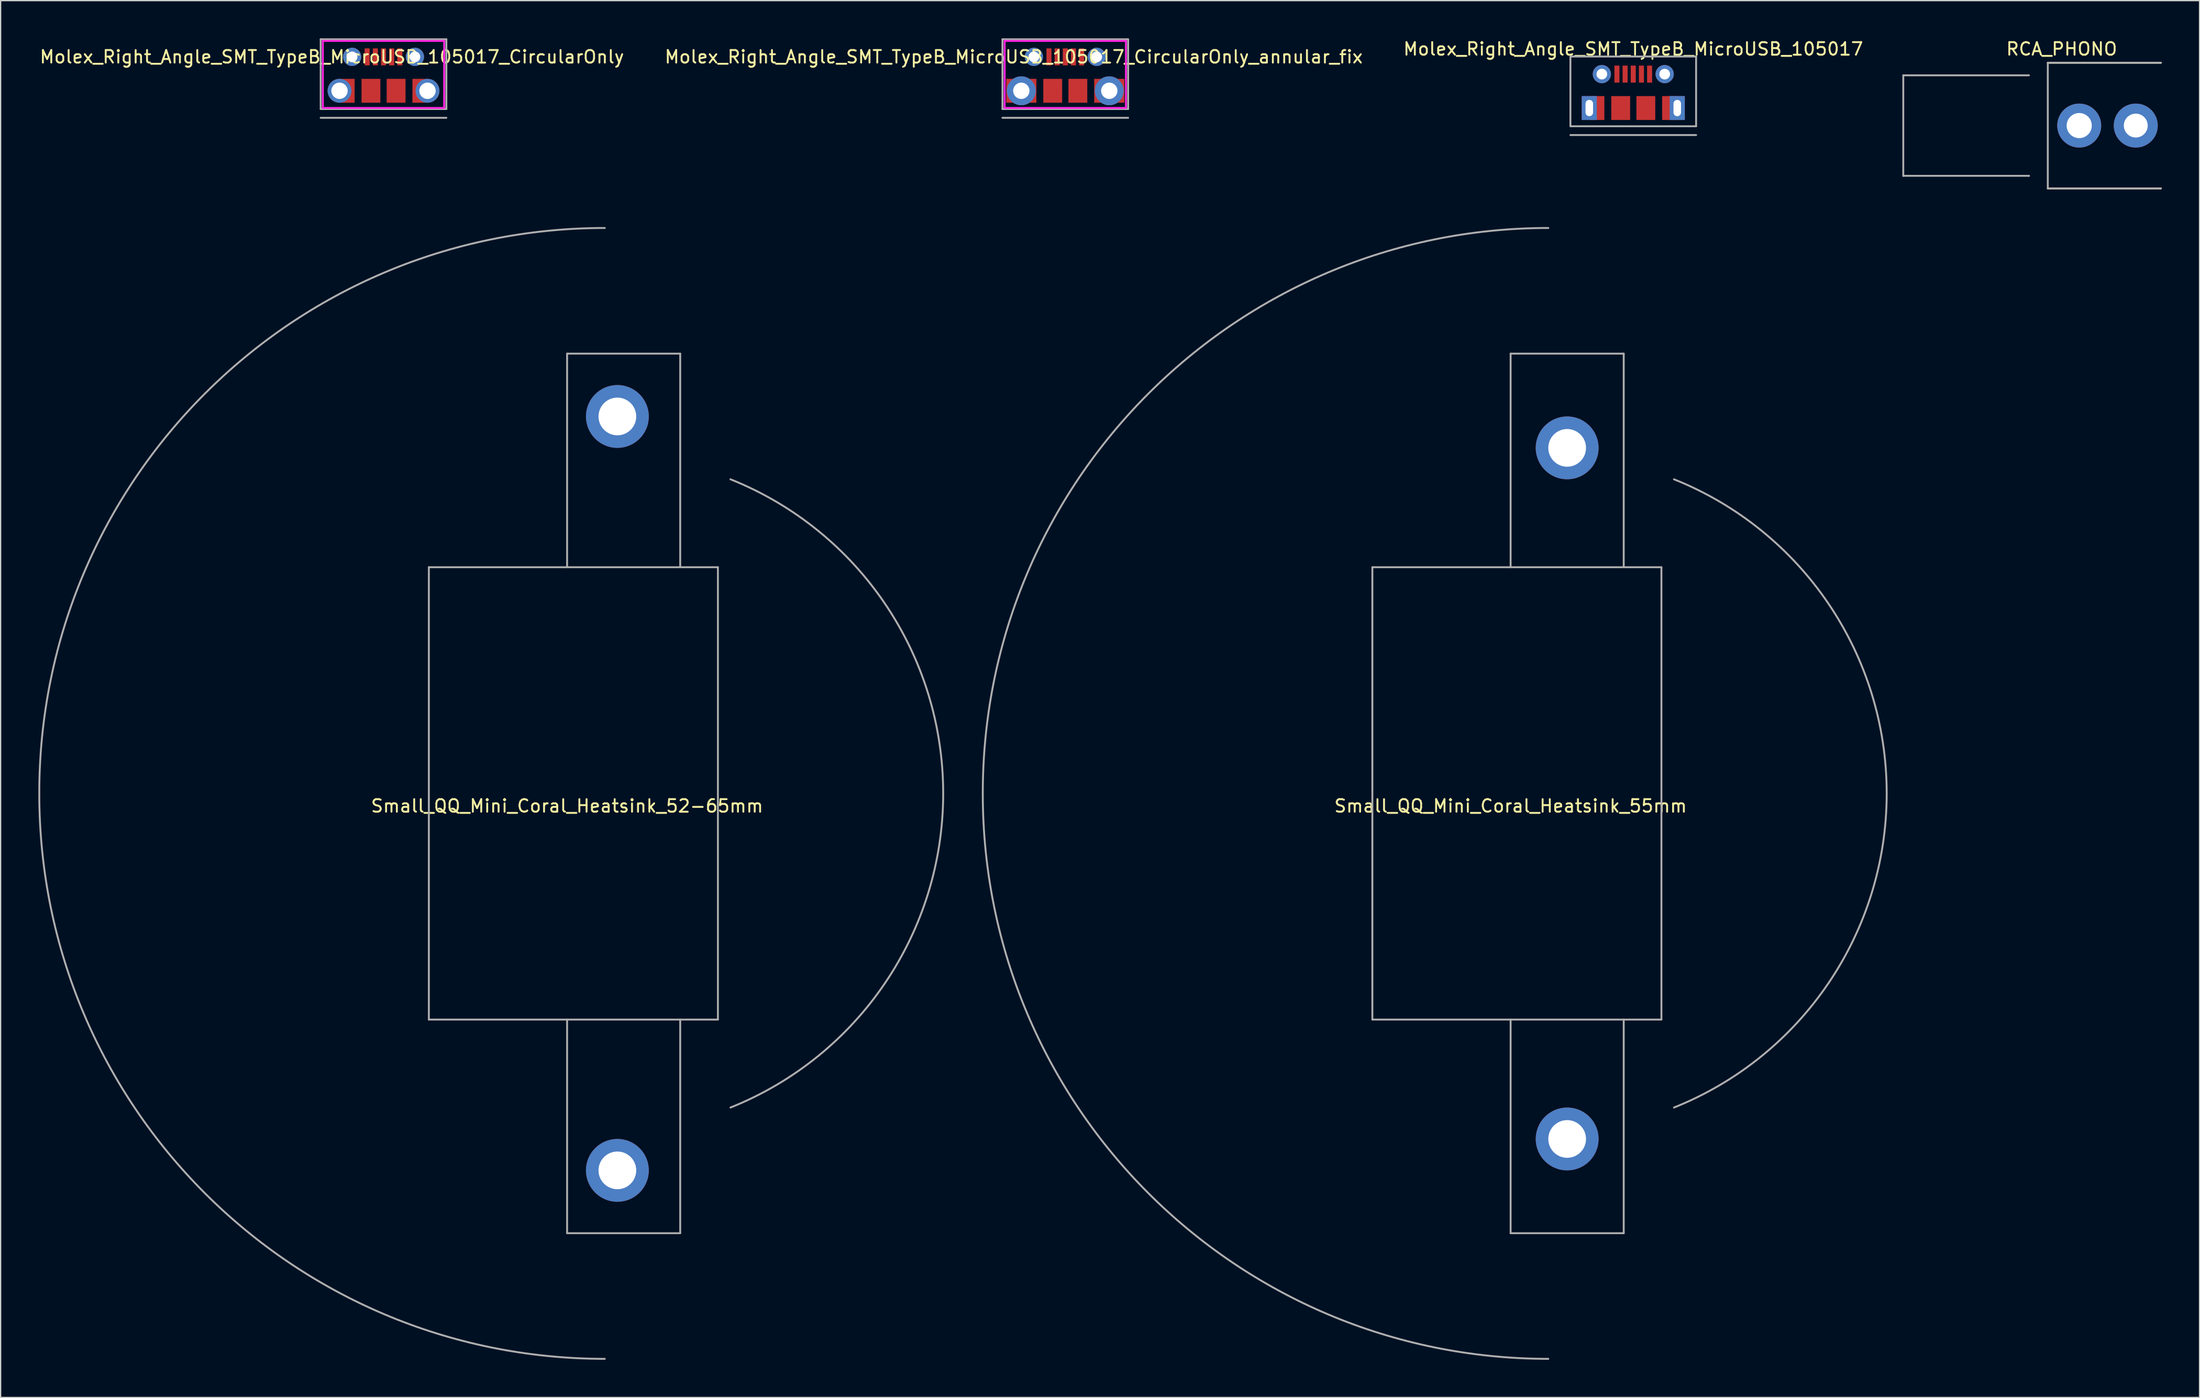
<source format=kicad_pcb>
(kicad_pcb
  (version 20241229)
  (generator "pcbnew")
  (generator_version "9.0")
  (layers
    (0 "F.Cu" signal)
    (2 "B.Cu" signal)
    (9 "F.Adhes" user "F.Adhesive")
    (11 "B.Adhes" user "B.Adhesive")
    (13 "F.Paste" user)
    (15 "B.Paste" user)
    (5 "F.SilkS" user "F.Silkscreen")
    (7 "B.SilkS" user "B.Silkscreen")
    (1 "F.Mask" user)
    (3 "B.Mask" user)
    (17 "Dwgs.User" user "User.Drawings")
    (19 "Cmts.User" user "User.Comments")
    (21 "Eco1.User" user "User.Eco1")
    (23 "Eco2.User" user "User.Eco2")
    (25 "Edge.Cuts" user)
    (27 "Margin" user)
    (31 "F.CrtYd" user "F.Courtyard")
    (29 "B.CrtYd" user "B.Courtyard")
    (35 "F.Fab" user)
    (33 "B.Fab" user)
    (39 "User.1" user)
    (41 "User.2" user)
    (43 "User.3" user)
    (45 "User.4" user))
  (footprint "Molex_Right_Angle_SMT_TypeB_MicroUSB_105017_CircularOnly_annular_fix"
    (layer "F.Cu")
    (at 81.717 1.475)
    (property "Reference" "Molex_Right_Angle_SMT_TypeB_MicroUSB_105017_CircularOnly_annular_fix" (at -4.104 0 0) (layer "F.SilkS") (effects (font (size 1 1) (thickness 0.15))))
    (attr through_hole)
    (fp_line (start -4.826 -1.27) (end 4.826 -1.27) (stroke (width 0.15) (type solid)) (layer "F.CrtYd"))
    (fp_line (start -4.826 4.064) (end -4.826 -1.27) (stroke (width 0.15) (type solid)) (layer "F.CrtYd"))
    (fp_line (start 4.826 -1.27) (end 4.826 4.064) (stroke (width 0.15) (type solid)) (layer "F.CrtYd"))
    (fp_line (start 4.826 4.064) (end -4.826 4.064) (stroke (width 0.15) (type solid)) (layer "F.CrtYd"))
    (fp_line (start -5 -1.4) (end -5 4.15) (stroke (width 0.15) (type solid)) (layer "F.Fab"))
    (fp_line (start -5 4.15) (end 5 4.15) (stroke (width 0.15) (type solid)) (layer "F.Fab"))
    (fp_line (start -5 4.85) (end 5 4.85) (stroke (width 0.15) (type solid)) (layer "F.Fab"))
    (fp_line (start 5 -1.4) (end -5 -1.4) (stroke (width 0.15) (type solid)) (layer "F.Fab"))
    (fp_line (start 5 4.15) (end 5 -1.4) (stroke (width 0.15) (type solid)) (layer "F.Fab"))
    (pad "" thru_hole circle (at -3.5 2.7) (size 2.3 2.3) (drill 1.3) (layers "*.Cu" "*.Mask"))
    (pad "" smd rect (at -3.5 2.7) (size 2.4 1.9) (layers "F.Cu" "F.Mask" "F.Paste"))
    (pad "" thru_hole circle (at -2.5 0) (size 1.45 1.45) (drill 0.85) (layers "*.Cu" "*.Mask"))
    (pad "" smd rect (at -1 2.7) (size 1.5 1.9) (layers "F.Cu" "F.Mask" "F.Paste"))
    (pad "" smd rect (at 1 2.7) (size 1.5 1.9) (layers "F.Cu" "F.Mask" "F.Paste"))
    (pad "" thru_hole circle (at 2.5 0) (size 1.45 1.45) (drill 0.85) (layers "*.Cu" "*.Mask"))
    (pad "" thru_hole circle (at 3.5 2.7) (size 2.3 2.3) (drill 1.3) (layers "*.Cu" "*.Mask"))
    (pad "" smd rect (at 3.5 2.7) (size 2.4 1.9) (layers "F.Cu" "F.Mask" "F.Paste"))
    (pad "1" smd rect (at -1.3 0) (size 0.4 1.35) (layers "F.Cu" "F.Mask" "F.Paste"))
    (pad "2" smd rect (at -0.65 0) (size 0.4 1.35) (layers "F.Cu" "F.Mask" "F.Paste"))
    (pad "3" smd rect (at 0 0) (size 0.4 1.35) (layers "F.Cu" "F.Mask" "F.Paste"))
    (pad "4" smd rect (at 0.65 0) (size 0.4 1.35) (layers "F.Cu" "F.Mask" "F.Paste"))
    (pad "5" smd rect (at 1.3 0) (size 0.4 1.35) (layers "F.Cu" "F.Mask" "F.Paste")))
  (footprint "Molex_Right_Angle_SMT_TypeB_MicroUSB_105017_CircularOnly"
    (layer "F.Cu")
    (at 27.467 1.475)
    (property "Reference" "Molex_Right_Angle_SMT_TypeB_MicroUSB_105017_CircularOnly" (at -4.104 0 0) (layer "F.SilkS") (effects (font (size 1 1) (thickness 0.15))))
    (attr through_hole)
    (fp_line (start -4.826 -1.27) (end 4.826 -1.27) (stroke (width 0.15) (type solid)) (layer "F.CrtYd"))
    (fp_line (start -4.826 4.064) (end -4.826 -1.27) (stroke (width 0.15) (type solid)) (layer "F.CrtYd"))
    (fp_line (start 4.826 -1.27) (end 4.826 4.064) (stroke (width 0.15) (type solid)) (layer "F.CrtYd"))
    (fp_line (start 4.826 4.064) (end -4.826 4.064) (stroke (width 0.15) (type solid)) (layer "F.CrtYd"))
    (fp_line (start -5 -1.4) (end -5 4.15) (stroke (width 0.15) (type solid)) (layer "F.Fab"))
    (fp_line (start -5 4.15) (end 5 4.15) (stroke (width 0.15) (type solid)) (layer "F.Fab"))
    (fp_line (start -5 4.85) (end 5 4.85) (stroke (width 0.15) (type solid)) (layer "F.Fab"))
    (fp_line (start 5 -1.4) (end -5 -1.4) (stroke (width 0.15) (type solid)) (layer "F.Fab"))
    (fp_line (start 5 4.15) (end 5 -1.4) (stroke (width 0.15) (type solid)) (layer "F.Fab"))
    (pad "" thru_hole circle (at -3.5 2.7) (size 1.9 1.9) (drill 1.3) (layers "*.Cu" "*.Mask"))
    (pad "" smd rect (at -2.9 2.7) (size 1.2 1.9) (layers "F.Cu" "F.Mask" "F.Paste"))
    (pad "" thru_hole circle (at -2.5 0) (size 1.45 1.45) (drill 0.85) (layers "*.Cu" "*.Mask"))
    (pad "" smd rect (at -1 2.7) (size 1.5 1.9) (layers "F.Cu" "F.Mask" "F.Paste"))
    (pad "" smd rect (at 1 2.7) (size 1.5 1.9) (layers "F.Cu" "F.Mask" "F.Paste"))
    (pad "" thru_hole circle (at 2.5 0) (size 1.45 1.45) (drill 0.85) (layers "*.Cu" "*.Mask"))
    (pad "" smd rect (at 2.9 2.7) (size 1.2 1.9) (layers "F.Cu" "F.Mask" "F.Paste"))
    (pad "" thru_hole circle (at 3.5 2.7) (size 1.9 1.9) (drill 1.3) (layers "*.Cu" "*.Mask"))
    (pad "1" smd rect (at -1.3 0) (size 0.4 1.35) (layers "F.Cu" "F.Mask" "F.Paste"))
    (pad "2" smd rect (at -0.65 0) (size 0.4 1.35) (layers "F.Cu" "F.Mask" "F.Paste"))
    (pad "3" smd rect (at 0 0) (size 0.4 1.35) (layers "F.Cu" "F.Mask" "F.Paste"))
    (pad "4" smd rect (at 0.65 0) (size 0.4 1.35) (layers "F.Cu" "F.Mask" "F.Paste"))
    (pad "5" smd rect (at 1.3 0) (size 0.4 1.35) (layers "F.Cu" "F.Mask" "F.Paste")))
  (footprint "Small_QQ_Mini_Coral_Heatsink_52-65mm"
    (layer "F.Cu")
    (at 40.075 60.094)
    (property "Reference" "Small_QQ_Mini_Coral_Heatsink_52-65mm" (at 2 1 0) (layer "F.SilkS") (effects (font (size 1 1) (thickness 0.15))))
    (attr through_hole)
    (fp_line (start -9 -18) (end 14 -18) (stroke (width 0.15) (type solid)) (layer "F.Fab"))
    (fp_line (start -9 18) (end -9 -18) (stroke (width 0.15) (type solid)) (layer "F.Fab"))
    (fp_line (start -9 18) (end 14 18) (stroke (width 0.15) (type solid)) (layer "F.Fab"))
    (fp_line (start 2 -35) (end 11 -35) (stroke (width 0.15) (type solid)) (layer "F.Fab"))
    (fp_line (start 2 -18) (end 2 -35) (stroke (width 0.15) (type solid)) (layer "F.Fab"))
    (fp_line (start 2 35) (end 2 18) (stroke (width 0.15) (type solid)) (layer "F.Fab"))
    (fp_line (start 11 -18) (end 11 -35) (stroke (width 0.15) (type solid)) (layer "F.Fab"))
    (fp_line (start 11 35) (end 2 35) (stroke (width 0.15) (type solid)) (layer "F.Fab"))
    (fp_line (start 11 35) (end 11 18) (stroke (width 0.15) (type solid)) (layer "F.Fab"))
    (fp_line (start 14 18) (end 14 -18) (stroke (width 0.15) (type solid)) (layer "F.Fab"))
    (fp_arc (start 4.999998 45) (mid -40.000001 -0.000001) (end 5 -45) (stroke (width 0.15) (type solid)) (layer "F.Fab"))
    (fp_arc (start 14.999998 -24.999999) (mid 31.925822 0) (end 14.999999 24.999999) (stroke (width 0.15) (type solid)) (layer "F.Fab"))
    (pad "1" thru_hole circle (at 6 -30) (size 5 5) (drill oval 3) (layers "*.Cu" "*.Mask"))
    (pad "2" thru_hole circle (at 6 30) (size 5 5) (drill 3) (layers "*.Cu" "*.Mask")))
  (footprint "Molex_Right_Angle_SMT_TypeB_MicroUSB_105017"
    (layer "F.Cu")
    (at 126.911 2.848)
    (property "Reference" "Molex_Right_Angle_SMT_TypeB_MicroUSB_105017" (at 0 -2 0) (layer "F.SilkS") (effects (font (size 1 1) (thickness 0.15))))
    (attr through_hole)
    (fp_line (start -5 -1.4) (end -5 4.15) (stroke (width 0.15) (type solid)) (layer "F.Fab"))
    (fp_line (start -5 4.15) (end 5 4.15) (stroke (width 0.15) (type solid)) (layer "F.Fab"))
    (fp_line (start -5 4.85) (end 5 4.85) (stroke (width 0.15) (type solid)) (layer "F.Fab"))
    (fp_line (start 5 -1.4) (end -5 -1.4) (stroke (width 0.15) (type solid)) (layer "F.Fab"))
    (fp_line (start 5 4.15) (end 5 -1.4) (stroke (width 0.15) (type solid)) (layer "F.Fab"))
    (pad "" thru_hole rect (at -3.5 2.7) (size 1.2 1.9) (drill oval 0.6 1.3) (layers "*.Cu" "*.Mask"))
    (pad "" smd rect (at -2.9 2.7) (size 1.2 1.9) (layers "F.Cu" "F.Mask" "F.Paste"))
    (pad "" thru_hole circle (at -2.5 0) (size 1.45 1.45) (drill 0.85) (layers "*.Cu" "*.Mask"))
    (pad "" smd rect (at -1 2.7) (size 1.5 1.9) (layers "F.Cu" "F.Mask" "F.Paste"))
    (pad "" smd rect (at 1 2.7) (size 1.5 1.9) (layers "F.Cu" "F.Mask" "F.Paste"))
    (pad "" thru_hole circle (at 2.5 0) (size 1.45 1.45) (drill 0.85) (layers "*.Cu" "*.Mask"))
    (pad "" smd rect (at 2.9 2.7) (size 1.2 1.9) (layers "F.Cu" "F.Mask" "F.Paste"))
    (pad "" thru_hole rect (at 3.5 2.7) (size 1.2 1.9) (drill oval 0.6 1.3) (layers "*.Cu" "*.Mask"))
    (pad "1" smd rect (at -1.3 0) (size 0.4 1.35) (layers "F.Cu" "F.Mask" "F.Paste"))
    (pad "2" smd rect (at -0.65 0) (size 0.4 1.35) (layers "F.Cu" "F.Mask" "F.Paste"))
    (pad "3" smd rect (at 0 0) (size 0.4 1.35) (layers "F.Cu" "F.Mask" "F.Paste"))
    (pad "4" smd rect (at 0.65 0) (size 0.4 1.35) (layers "F.Cu" "F.Mask" "F.Paste"))
    (pad "5" smd rect (at 1.3 0) (size 0.4 1.35) (layers "F.Cu" "F.Mask" "F.Paste")))
  (footprint "RCA_PHONO"
    (layer "F.Cu")
    (at 162.396 6.944)
    (property "Reference" "RCA_PHONO" (at -1.397 -6.096 0) (layer "F.SilkS") (effects (font (size 1 1) (thickness 0.15))))
    (attr through_hole)
    (fp_line (start 6.5 -5) (end -2.5 -5) (stroke (width 0.15) (type solid)) (layer "F.SilkS"))
    (fp_line (start 6.5 5) (end -2.5 5) (stroke (width 0.15) (type solid)) (layer "F.SilkS"))
    (fp_line (start -14 -4) (end -14 4) (stroke (width 0.15) (type solid)) (layer "F.Fab"))
    (fp_line (start -14 4) (end -4 4) (stroke (width 0.15) (type solid)) (layer "F.Fab"))
    (fp_line (start -4 -4) (end -14 -4) (stroke (width 0.15) (type solid)) (layer "F.Fab"))
    (fp_line (start -4 4) (end -4 4) (stroke (width 0.15) (type solid)) (layer "F.Fab"))
    (fp_line (start -2.5 -5) (end -2.5 5) (stroke (width 0.15) (type solid)) (layer "F.Fab"))
    (fp_line (start -2.5 -5) (end 6.5 -5) (stroke (width 0.15) (type solid)) (layer "F.Fab"))
    (fp_line (start 6.5 5) (end -2.5 5) (stroke (width 0.15) (type solid)) (layer "F.Fab"))
    (pad "1" thru_hole circle (at 4.5 0) (size 3.5 3.5) (drill 1.9) (layers "*.Cu" "*.Mask"))
    (pad "2" thru_hole circle (at 0 0) (size 3.5 3.5) (drill 2) (layers "*.Cu" "*.Mask")))
  (footprint "Small_QQ_Mini_Coral_Heatsink_55mm"
    (layer "F.Cu")
    (at 115.151 60.094)
    (property "Reference" "Small_QQ_Mini_Coral_Heatsink_55mm" (at 2 1 0) (layer "F.SilkS") (effects (font (size 1 1) (thickness 0.15))))
    (attr through_hole)
    (fp_line (start -9 -18) (end 14 -18) (stroke (width 0.15) (type solid)) (layer "F.Fab"))
    (fp_line (start -9 18) (end -9 -18) (stroke (width 0.15) (type solid)) (layer "F.Fab"))
    (fp_line (start -9 18) (end 14 18) (stroke (width 0.15) (type solid)) (layer "F.Fab"))
    (fp_line (start 2 -35) (end 11 -35) (stroke (width 0.15) (type solid)) (layer "F.Fab"))
    (fp_line (start 2 -18) (end 2 -35) (stroke (width 0.15) (type solid)) (layer "F.Fab"))
    (fp_line (start 2 35) (end 2 18) (stroke (width 0.15) (type solid)) (layer "F.Fab"))
    (fp_line (start 11 -18) (end 11 -35) (stroke (width 0.15) (type solid)) (layer "F.Fab"))
    (fp_line (start 11 35) (end 2 35) (stroke (width 0.15) (type solid)) (layer "F.Fab"))
    (fp_line (start 11 35) (end 11 18) (stroke (width 0.15) (type solid)) (layer "F.Fab"))
    (fp_line (start 14 18) (end 14 -18) (stroke (width 0.15) (type solid)) (layer "F.Fab"))
    (fp_arc (start 4.999998 45) (mid -40.000001 -0.000001) (end 5 -45) (stroke (width 0.15) (type solid)) (layer "F.Fab"))
    (fp_arc (start 14.999998 -24.999999) (mid 31.925822 0) (end 14.999999 24.999999) (stroke (width 0.15) (type solid)) (layer "F.Fab"))
    (pad "1" thru_hole circle (at 6.5 -27.5) (size 5 5) (drill oval 3) (layers "*.Cu" "*.Mask"))
    (pad "2" thru_hole circle (at 6.5 27.5) (size 5 5) (drill 3) (layers "*.Cu" "*.Mask")))
  (gr_rect
    (start -3 -3)
    (end 171.971 108.169)
    (stroke (width 0.1) (type default))
    (fill no)
    (layer "Edge.Cuts")))
</source>
